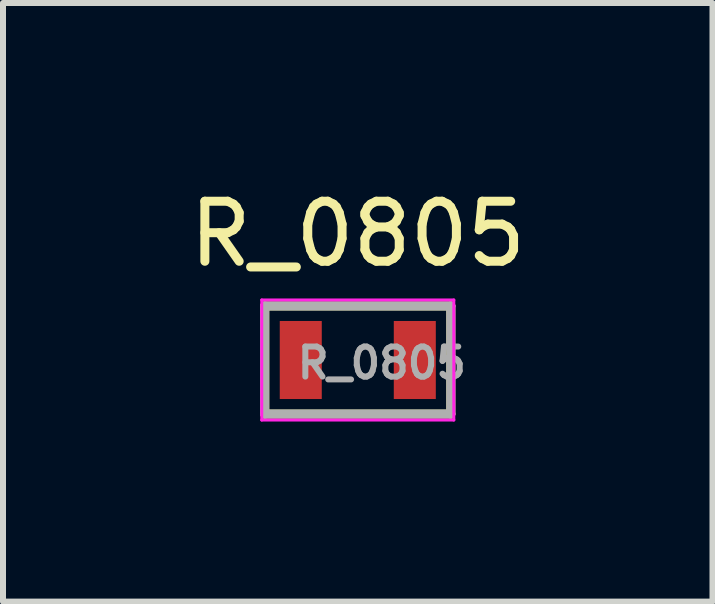
<source format=kicad_pcb>
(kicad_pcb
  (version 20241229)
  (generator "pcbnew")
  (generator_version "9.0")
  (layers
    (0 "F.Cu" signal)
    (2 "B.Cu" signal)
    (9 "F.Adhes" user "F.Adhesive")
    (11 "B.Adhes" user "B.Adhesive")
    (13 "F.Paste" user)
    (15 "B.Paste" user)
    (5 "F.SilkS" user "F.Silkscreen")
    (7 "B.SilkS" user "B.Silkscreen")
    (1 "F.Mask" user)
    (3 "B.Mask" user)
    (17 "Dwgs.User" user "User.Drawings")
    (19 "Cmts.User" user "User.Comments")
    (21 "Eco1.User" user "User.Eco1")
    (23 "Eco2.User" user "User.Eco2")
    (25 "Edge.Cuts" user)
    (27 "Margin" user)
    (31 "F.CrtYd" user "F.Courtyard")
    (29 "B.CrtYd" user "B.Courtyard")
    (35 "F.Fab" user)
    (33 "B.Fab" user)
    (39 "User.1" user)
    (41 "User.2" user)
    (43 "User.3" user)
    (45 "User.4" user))
  (footprint "R_0805"
    (layer "F.Cu")
    (at 2.911 2.948)
    (property "Reference" "R_0805" (at 0 -2.1 0) (layer "F.SilkS") (effects (font (size 1 1) (thickness 0.15))))
    (attr smd)
    (fp_line (start -1.55 -0.9) (end 1.55 -0.9) (stroke (width 0.15) (type solid)) (layer "F.SilkS"))
    (fp_line (start -1.55 0.9) (end -1.55 -0.9) (stroke (width 0.15) (type solid)) (layer "F.SilkS"))
    (fp_line (start 1.55 -0.9) (end 1.55 0.9) (stroke (width 0.15) (type solid)) (layer "F.SilkS"))
    (fp_line (start 1.55 0.9) (end -1.55 0.9) (stroke (width 0.15) (type solid)) (layer "F.SilkS"))
    (fp_line (start -1.6 -1) (end -1.6 1) (stroke (width 0.05) (type solid)) (layer "F.CrtYd"))
    (fp_line (start -1.6 -1) (end 1.6 -1) (stroke (width 0.05) (type solid)) (layer "F.CrtYd"))
    (fp_line (start -1.6 1) (end 1.6 1) (stroke (width 0.05) (type solid)) (layer "F.CrtYd"))
    (fp_line (start 1.6 -1) (end 1.6 1) (stroke (width 0.05) (type solid)) (layer "F.CrtYd"))
    (fp_line (start -1.55 -0.9) (end 1.55 -0.9) (stroke (width 0.15) (type solid)) (layer "F.Fab"))
    (fp_line (start -1.55 0.9) (end -1.55 -0.9) (stroke (width 0.15) (type solid)) (layer "F.Fab"))
    (fp_line (start 1.55 -0.9) (end 1.55 0.9) (stroke (width 0.15) (type solid)) (layer "F.Fab"))
    (fp_line (start 1.55 0.9) (end -1.55 0.9) (stroke (width 0.15) (type solid)) (layer "F.Fab"))
    (fp_text user "${REFERENCE}" (at 0.4 0.05 0) (layer "F.Fab") (effects (font (size 0.5 0.5) (thickness 0.1))))
    (pad "1" smd rect (at -0.95 0) (size 0.7 1.3) (layers "F.Cu" "F.Mask" "F.Paste"))
    (pad "2" smd rect (at 0.95 0) (size 0.7 1.3) (layers "F.Cu" "F.Mask" "F.Paste")))
  (gr_rect
    (start -3 -3)
    (end 8.821 6.973)
    (stroke (width 0.1) (type default))
    (fill no)
    (layer "Edge.Cuts")))
</source>
